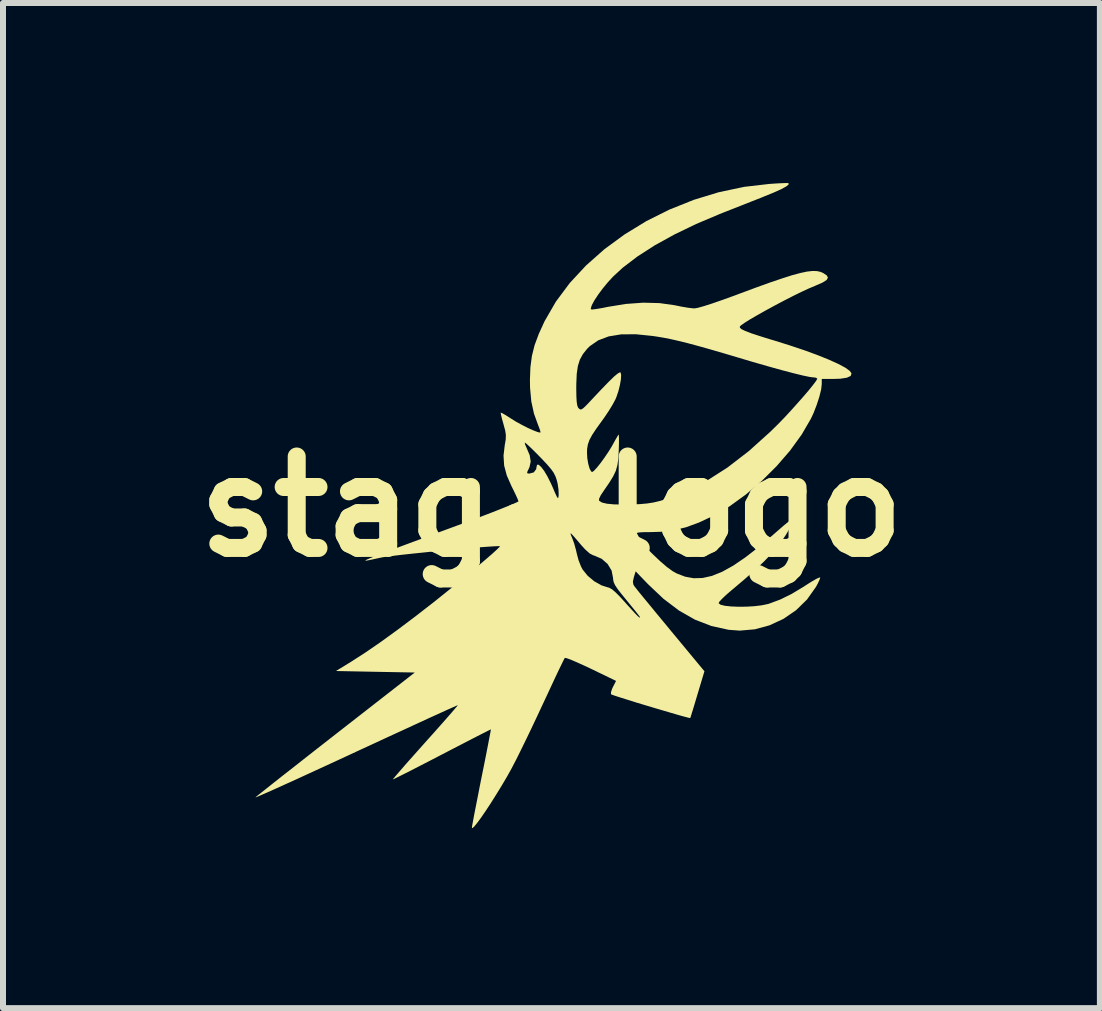
<source format=kicad_pcb>
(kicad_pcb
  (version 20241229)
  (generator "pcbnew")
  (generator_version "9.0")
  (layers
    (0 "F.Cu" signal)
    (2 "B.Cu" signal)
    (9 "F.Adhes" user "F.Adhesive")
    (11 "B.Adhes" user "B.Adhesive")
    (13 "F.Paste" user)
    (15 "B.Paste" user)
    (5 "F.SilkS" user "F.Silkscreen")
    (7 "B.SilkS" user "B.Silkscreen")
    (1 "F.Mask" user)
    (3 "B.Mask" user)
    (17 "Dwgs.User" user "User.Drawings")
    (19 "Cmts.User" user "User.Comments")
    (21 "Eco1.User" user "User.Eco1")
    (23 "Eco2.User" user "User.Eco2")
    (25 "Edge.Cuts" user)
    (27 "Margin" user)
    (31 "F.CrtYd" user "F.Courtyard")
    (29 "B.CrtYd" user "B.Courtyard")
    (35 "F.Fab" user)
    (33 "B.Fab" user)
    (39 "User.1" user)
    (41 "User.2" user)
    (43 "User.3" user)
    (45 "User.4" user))
  (footprint "stag-logo"
    (layer "F.Cu")
    (at 6.14 5.392)
    (property "Reference" "stag-logo" (at 0 0 0) (layer "F.SilkS") (effects (font (size 1.524 1.524) (thickness 0.3))))
    (attr board_only exclude_from_pos_files exclude_from_bom)
    (fp_poly (pts (xy 3.951 -5.39) (xy 3.951 -5.39) (xy 3.952 -5.368) (xy 3.912 -5.335) (xy 3.83 -5.29) (xy 3.703 -5.233) (xy 3.531 -5.163) (xy 3.508 -5.153) (xy 3.345 -5.089) (xy 3.168 -5.019) (xy 2.995 -4.951) (xy 2.844 -4.892) (xy 2.803 -4.875) (xy 2.41 -4.709) (xy 2.048 -4.534) (xy 1.722 -4.354) (xy 1.434 -4.169) (xy 1.19 -3.983) (xy 1.026 -3.832) (xy 0.938 -3.736) (xy 0.853 -3.633) (xy 0.777 -3.53) (xy 0.715 -3.436) (xy 0.673 -3.358) (xy 0.655 -3.304) (xy 0.659 -3.286) (xy 0.688 -3.285) (xy 0.755 -3.294) (xy 0.85 -3.31) (xy 0.943 -3.329) (xy 1.239 -3.377) (xy 1.528 -3.398) (xy 1.8 -3.391) (xy 2.042 -3.357) (xy 2.051 -3.356) (xy 2.166 -3.332) (xy 2.274 -3.314) (xy 2.358 -3.304) (xy 2.384 -3.303) (xy 2.442 -3.313) (xy 2.542 -3.341) (xy 2.682 -3.386) (xy 2.858 -3.447) (xy 3.068 -3.523) (xy 3.123 -3.544) (xy 3.403 -3.648) (xy 3.641 -3.734) (xy 3.842 -3.802) (xy 4.008 -3.855) (xy 4.145 -3.892) (xy 4.257 -3.916) (xy 4.347 -3.926) (xy 4.42 -3.925) (xy 4.481 -3.912) (xy 4.525 -3.894) (xy 4.587 -3.853) (xy 4.607 -3.815) (xy 4.585 -3.776) (xy 4.517 -3.733) (xy 4.402 -3.683) (xy 4.392 -3.678) (xy 4.289 -3.635) (xy 4.163 -3.577) (xy 4.021 -3.507) (xy 3.869 -3.429) (xy 3.714 -3.347) (xy 3.565 -3.266) (xy 3.427 -3.188) (xy 3.308 -3.119) (xy 3.216 -3.061) (xy 3.156 -3.018) (xy 3.139 -3) (xy 3.14 -2.98) (xy 3.168 -2.956) (xy 3.228 -2.927) (xy 3.323 -2.89) (xy 3.457 -2.846) (xy 3.635 -2.79) (xy 3.707 -2.769) (xy 3.975 -2.685) (xy 4.22 -2.603) (xy 4.438 -2.523) (xy 4.626 -2.447) (xy 4.78 -2.377) (xy 4.896 -2.315) (xy 4.971 -2.261) (xy 5 -2.219) (xy 4.986 -2.177) (xy 4.923 -2.148) (xy 4.814 -2.131) (xy 4.69 -2.127) (xy 4.504 -2.127) (xy 4.504 -2.042) (xy 4.494 -1.951) (xy 4.464 -1.831) (xy 4.42 -1.695) (xy 4.367 -1.558) (xy 4.323 -1.464) (xy 4.17 -1.201) (xy 3.977 -0.934) (xy 3.751 -0.673) (xy 3.502 -0.425) (xy 3.238 -0.2) (xy 2.967 -0.004) (xy 2.698 0.154) (xy 2.69 0.157) (xy 2.455 0.267) (xy 2.241 0.345) (xy 2.034 0.395) (xy 1.822 0.42) (xy 1.658 0.425) (xy 1.541 0.426) (xy 1.466 0.43) (xy 1.423 0.438) (xy 1.404 0.452) (xy 1.401 0.467) (xy 1.418 0.498) (xy 1.465 0.557) (xy 1.536 0.636) (xy 1.623 0.728) (xy 1.67 0.776) (xy 1.81 0.909) (xy 1.925 1.008) (xy 2.022 1.078) (xy 2.086 1.114) (xy 2.227 1.168) (xy 2.369 1.194) (xy 2.517 1.19) (xy 2.674 1.155) (xy 2.843 1.087) (xy 3.027 0.985) (xy 3.23 0.847) (xy 3.455 0.673) (xy 3.705 0.46) (xy 3.785 0.39) (xy 3.875 0.312) (xy 3.95 0.251) (xy 4.003 0.213) (xy 4.028 0.202) (xy 4.029 0.205) (xy 4.013 0.268) (xy 3.971 0.36) (xy 3.908 0.469) (xy 3.83 0.585) (xy 3.761 0.676) (xy 3.662 0.79) (xy 3.544 0.913) (xy 3.4 1.049) (xy 3.227 1.203) (xy 3.018 1.38) (xy 2.995 1.399) (xy 2.909 1.473) (xy 2.84 1.539) (xy 2.796 1.587) (xy 2.785 1.61) (xy 2.817 1.635) (xy 2.889 1.653) (xy 2.992 1.664) (xy 3.114 1.669) (xy 3.247 1.668) (xy 3.381 1.66) (xy 3.505 1.645) (xy 3.61 1.623) (xy 3.629 1.617) (xy 3.812 1.549) (xy 4.001 1.456) (xy 4.209 1.331) (xy 4.248 1.305) (xy 4.34 1.247) (xy 4.415 1.204) (xy 4.464 1.182) (xy 4.479 1.183) (xy 4.467 1.22) (xy 4.437 1.284) (xy 4.407 1.339) (xy 4.259 1.548) (xy 4.076 1.727) (xy 3.866 1.871) (xy 3.635 1.978) (xy 3.39 2.045) (xy 3.137 2.067) (xy 2.95 2.053) (xy 2.665 1.99) (xy 2.391 1.884) (xy 2.126 1.733) (xy 1.866 1.536) (xy 1.608 1.292) (xy 1.403 1.079) (xy 1.373 1.176) (xy 1.357 1.249) (xy 1.364 1.297) (xy 1.379 1.324) (xy 1.403 1.354) (xy 1.454 1.419) (xy 1.53 1.512) (xy 1.627 1.629) (xy 1.739 1.766) (xy 1.865 1.918) (xy 1.981 2.059) (xy 2.549 2.744) (xy 2.433 3.13) (xy 2.394 3.261) (xy 2.36 3.374) (xy 2.333 3.46) (xy 2.317 3.512) (xy 2.312 3.524) (xy 2.288 3.52) (xy 2.223 3.503) (xy 2.125 3.476) (xy 2.002 3.44) (xy 1.862 3.399) (xy 1.71 3.354) (xy 1.556 3.308) (xy 1.407 3.263) (xy 1.27 3.22) (xy 1.153 3.183) (xy 1.062 3.154) (xy 1.007 3.134) (xy 0.993 3.128) (xy 0.991 3.096) (xy 1.009 3.039) (xy 1.024 3.007) (xy 1.076 2.905) (xy 0.659 2.703) (xy 0.526 2.641) (xy 0.408 2.588) (xy 0.314 2.548) (xy 0.249 2.525) (xy 0.223 2.521) (xy 0.208 2.547) (xy 0.175 2.614) (xy 0.126 2.715) (xy 0.064 2.845) (xy -0.008 3) (xy -0.088 3.172) (xy -0.149 3.302) (xy -0.242 3.501) (xy -0.336 3.7) (xy -0.428 3.891) (xy -0.513 4.065) (xy -0.587 4.214) (xy -0.647 4.329) (xy -0.666 4.366) (xy -0.746 4.509) (xy -0.833 4.656) (xy -0.923 4.802) (xy -1.011 4.942) (xy -1.096 5.071) (xy -1.172 5.182) (xy -1.237 5.27) (xy -1.287 5.331) (xy -1.317 5.358) (xy -1.326 5.352) (xy -1.322 5.319) (xy -1.308 5.244) (xy -1.287 5.131) (xy -1.259 4.988) (xy -1.226 4.821) (xy -1.19 4.635) (xy -1.166 4.516) (xy -1.127 4.323) (xy -1.092 4.147) (xy -1.062 3.993) (xy -1.038 3.867) (xy -1.02 3.775) (xy -1.011 3.723) (xy -1.009 3.712) (xy -1.032 3.723) (xy -1.094 3.754) (xy -1.19 3.803) (xy -1.315 3.867) (xy -1.466 3.945) (xy -1.636 4.033) (xy -1.821 4.129) (xy -1.825 4.131) (xy -2.01 4.227) (xy -2.181 4.315) (xy -2.332 4.393) (xy -2.459 4.457) (xy -2.557 4.506) (xy -2.62 4.537) (xy -2.644 4.547) (xy -2.644 4.547) (xy -2.629 4.527) (xy -2.585 4.475) (xy -2.515 4.394) (xy -2.424 4.289) (xy -2.314 4.165) (xy -2.19 4.026) (xy -2.103 3.928) (xy -1.971 3.781) (xy -1.852 3.647) (xy -1.748 3.529) (xy -1.663 3.432) (xy -1.602 3.36) (xy -1.567 3.319) (xy -1.562 3.31) (xy -1.585 3.319) (xy -1.65 3.348) (xy -1.753 3.394) (xy -1.891 3.457) (xy -2.061 3.534) (xy -2.258 3.625) (xy -2.479 3.727) (xy -2.721 3.838) (xy -2.98 3.958) (xy -3.253 4.084) (xy -3.263 4.089) (xy -3.535 4.215) (xy -3.793 4.334) (xy -4.033 4.444) (xy -4.252 4.545) (xy -4.447 4.633) (xy -4.614 4.709) (xy -4.749 4.769) (xy -4.85 4.813) (xy -4.913 4.84) (xy -4.933 4.846) (xy -4.933 4.846) (xy -4.91 4.826) (xy -4.85 4.778) (xy -4.758 4.705) (xy -4.636 4.608) (xy -4.488 4.491) (xy -4.316 4.357) (xy -4.126 4.207) (xy -3.919 4.045) (xy -3.699 3.873) (xy -3.594 3.791) (xy -2.278 2.765) (xy -2.935 2.753) (xy -3.591 2.74) (xy -3.335 2.583) (xy -3.107 2.436) (xy -2.849 2.259) (xy -2.566 2.054) (xy -2.264 1.827) (xy -1.946 1.58) (xy -1.62 1.318) (xy -1.29 1.045) (xy -1.181 0.953) (xy -1.073 0.861) (xy -0.981 0.781) (xy -0.911 0.717) (xy -0.868 0.675) (xy -0.857 0.661) (xy -0.886 0.659) (xy -0.957 0.662) (xy -1.066 0.669) (xy -1.205 0.679) (xy -1.367 0.692) (xy -1.546 0.708) (xy -1.737 0.726) (xy -1.931 0.744) (xy -2.122 0.764) (xy -2.305 0.783) (xy -2.473 0.801) (xy -2.618 0.818) (xy -2.735 0.833) (xy -2.816 0.845) (xy -2.84 0.85) (xy -2.92 0.867) (xy -2.988 0.882) (xy -3.042 0.893) (xy -3.081 0.9) (xy -3.101 0.901) (xy -3.099 0.895) (xy -3.075 0.882) (xy -3.024 0.86) (xy -2.946 0.829) (xy -2.837 0.787) (xy -2.695 0.733) (xy -2.517 0.666) (xy -2.302 0.586) (xy -2.047 0.492) (xy -1.93 0.448) (xy 0.316 0.448) (xy 0.324 0.474) (xy 0.345 0.524) (xy 0.346 0.526) (xy 0.379 0.617) (xy 0.409 0.726) (xy 0.423 0.788) (xy 0.451 0.893) (xy 0.493 1) (xy 0.52 1.05) (xy 0.604 1.154) (xy 0.715 1.246) (xy 0.835 1.313) (xy 0.919 1.34) (xy 0.964 1.353) (xy 1.011 1.38) (xy 1.066 1.427) (xy 1.138 1.499) (xy 1.234 1.604) (xy 1.234 1.605) (xy 1.33 1.711) (xy 1.398 1.785) (xy 1.442 1.829) (xy 1.466 1.848) (xy 1.476 1.848) (xy 1.476 1.843) (xy 1.461 1.821) (xy 1.42 1.768) (xy 1.358 1.691) (xy 1.281 1.597) (xy 1.252 1.561) (xy 1.161 1.45) (xy 1.098 1.368) (xy 1.059 1.308) (xy 1.037 1.26) (xy 1.028 1.217) (xy 1.026 1.189) (xy 1.002 1.066) (xy 0.936 0.957) (xy 0.837 0.87) (xy 0.712 0.816) (xy 0.696 0.812) (xy 0.638 0.782) (xy 0.562 0.714) (xy 0.497 0.643) (xy 0.413 0.544) (xy 0.357 0.48) (xy 0.326 0.449) (xy 0.316 0.448) (xy -1.93 0.448) (xy -1.748 0.381) (xy -1.483 0.283) (xy -1.279 0.207) (xy -1.09 0.135) (xy -0.922 0.07) (xy -0.779 0.013) (xy -0.667 -0.032) (xy -0.59 -0.066) (xy -0.553 -0.084) (xy -0.551 -0.087) (xy -0.561 -0.119) (xy -0.59 -0.184) (xy -0.632 -0.272) (xy -0.665 -0.338) (xy -0.745 -0.519) (xy -0.789 -0.685) (xy -0.799 -0.849) (xy -0.778 -1.029) (xy -0.777 -1.033) (xy -0.771 -1.066) (xy -0.444 -1.066) (xy -0.441 -1.039) (xy -0.419 -0.988) (xy -0.418 -0.985) (xy -0.363 -0.857) (xy -0.346 -0.751) (xy -0.366 -0.659) (xy -0.375 -0.639) (xy -0.402 -0.582) (xy -0.406 -0.557) (xy -0.383 -0.551) (xy -0.365 -0.551) (xy -0.295 -0.57) (xy -0.255 -0.623) (xy -0.25 -0.656) (xy -0.24 -0.697) (xy -0.213 -0.697) (xy -0.173 -0.662) (xy -0.122 -0.595) (xy -0.067 -0.502) (xy -0.009 -0.386) (xy 0.015 -0.333) (xy 0.059 -0.23) (xy 0.088 -0.168) (xy 0.105 -0.142) (xy 0.114 -0.148) (xy 0.119 -0.182) (xy 0.12 -0.203) (xy 0.117 -0.285) (xy 0.102 -0.385) (xy 0.088 -0.442) (xy 0.066 -0.505) (xy 0.037 -0.563) (xy -0.007 -0.625) (xy -0.072 -0.701) (xy -0.165 -0.8) (xy -0.193 -0.829) (xy -0.281 -0.918) (xy -0.356 -0.991) (xy -0.411 -1.042) (xy -0.441 -1.066) (xy -0.444 -1.066) (xy -0.771 -1.066) (xy -0.762 -1.123) (xy -0.76 -1.194) (xy -0.771 -1.268) (xy -0.798 -1.366) (xy -0.8 -1.375) (xy -0.825 -1.463) (xy -0.841 -1.53) (xy -0.846 -1.564) (xy -0.845 -1.566) (xy -0.821 -1.557) (xy -0.767 -1.526) (xy -0.693 -1.479) (xy -0.671 -1.465) (xy -0.589 -1.414) (xy -0.494 -1.362) (xy -0.396 -1.312) (xy -0.305 -1.271) (xy -0.233 -1.243) (xy -0.19 -1.233) (xy -0.183 -1.235) (xy -0.187 -1.261) (xy -0.206 -1.317) (xy -0.221 -1.354) (xy -0.292 -1.55) (xy -0.336 -1.752) (xy -0.356 -1.971) (xy 0.413 -1.971) (xy 0.415 -1.839) (xy 0.42 -1.748) (xy 0.429 -1.688) (xy 0.443 -1.651) (xy 0.455 -1.636) (xy 0.476 -1.62) (xy 0.499 -1.62) (xy 0.532 -1.641) (xy 0.581 -1.688) (xy 0.654 -1.765) (xy 0.679 -1.792) (xy 0.831 -1.953) (xy 0.951 -2.077) (xy 1.042 -2.166) (xy 1.106 -2.219) (xy 1.142 -2.238) (xy 1.151 -2.236) (xy 1.161 -2.195) (xy 1.157 -2.119) (xy 1.14 -2.023) (xy 1.114 -1.919) (xy 1.08 -1.82) (xy 1.065 -1.786) (xy 1.021 -1.703) (xy 0.957 -1.598) (xy 0.882 -1.486) (xy 0.841 -1.429) (xy 0.745 -1.296) (xy 0.677 -1.193) (xy 0.632 -1.109) (xy 0.606 -1.034) (xy 0.594 -0.96) (xy 0.592 -0.901) (xy 0.597 -0.805) (xy 0.613 -0.712) (xy 0.635 -0.634) (xy 0.661 -0.586) (xy 0.678 -0.576) (xy 0.707 -0.595) (xy 0.756 -0.648) (xy 0.817 -0.724) (xy 0.883 -0.815) (xy 0.948 -0.911) (xy 1.005 -1.003) (xy 1.022 -1.034) (xy 1.065 -1.112) (xy 1.1 -1.172) (xy 1.118 -1.201) (xy 1.118 -1.201) (xy 1.123 -1.183) (xy 1.125 -1.124) (xy 1.124 -1.035) (xy 1.121 -0.938) (xy 1.114 -0.801) (xy 1.099 -0.692) (xy 1.073 -0.598) (xy 1.029 -0.505) (xy 0.964 -0.399) (xy 0.882 -0.28) (xy 0.82 -0.187) (xy 0.792 -0.127) (xy 0.795 -0.096) (xy 0.843 -0.067) (xy 0.923 -0.048) (xy 1.04 -0.037) (xy 1.199 -0.034) (xy 1.314 -0.035) (xy 1.471 -0.041) (xy 1.595 -0.052) (xy 1.703 -0.069) (xy 1.811 -0.095) (xy 1.864 -0.111) (xy 2.216 -0.241) (xy 2.571 -0.42) (xy 2.929 -0.648) (xy 3.289 -0.925) (xy 3.65 -1.25) (xy 3.777 -1.375) (xy 3.877 -1.478) (xy 3.982 -1.591) (xy 4.088 -1.709) (xy 4.189 -1.823) (xy 4.279 -1.928) (xy 4.352 -2.018) (xy 4.404 -2.087) (xy 4.428 -2.126) (xy 4.429 -2.131) (xy 4.408 -2.148) (xy 4.373 -2.152) (xy 4.306 -2.16) (xy 4.194 -2.183) (xy 4.039 -2.221) (xy 3.844 -2.272) (xy 3.611 -2.337) (xy 3.343 -2.414) (xy 3.132 -2.477) (xy 2.859 -2.558) (xy 2.628 -2.625) (xy 2.432 -2.68) (xy 2.264 -2.725) (xy 2.117 -2.761) (xy 1.986 -2.791) (xy 1.863 -2.815) (xy 1.742 -2.835) (xy 1.689 -2.843) (xy 1.406 -2.872) (xy 1.161 -2.87) (xy 0.953 -2.836) (xy 0.778 -2.77) (xy 0.637 -2.672) (xy 0.593 -2.628) (xy 0.523 -2.54) (xy 0.473 -2.448) (xy 0.44 -2.343) (xy 0.421 -2.213) (xy 0.414 -2.049) (xy 0.413 -1.971) (xy -0.356 -1.971) (xy -0.357 -1.975) (xy -0.359 -2.115) (xy -0.351 -2.324) (xy -0.326 -2.511) (xy -0.281 -2.691) (xy -0.211 -2.879) (xy -0.114 -3.091) (xy -0.114 -3.091) (xy 0.074 -3.416) (xy 0.305 -3.726) (xy 0.576 -4.018) (xy 0.882 -4.289) (xy 1.219 -4.536) (xy 1.582 -4.758) (xy 1.967 -4.95) (xy 2.369 -5.111) (xy 2.785 -5.238) (xy 3.209 -5.328) (xy 3.632 -5.377) (xy 3.751 -5.385) (xy 3.85 -5.39) (xy 3.92 -5.392)) (stroke (width 0) (type solid)) (fill yes) (layer "F.SilkS")))
  (gr_rect
    (start -3 -3)
    (end 15.279 13.75)
    (stroke (width 0.1) (type default))
    (fill no)
    (layer "Edge.Cuts")))
</source>
